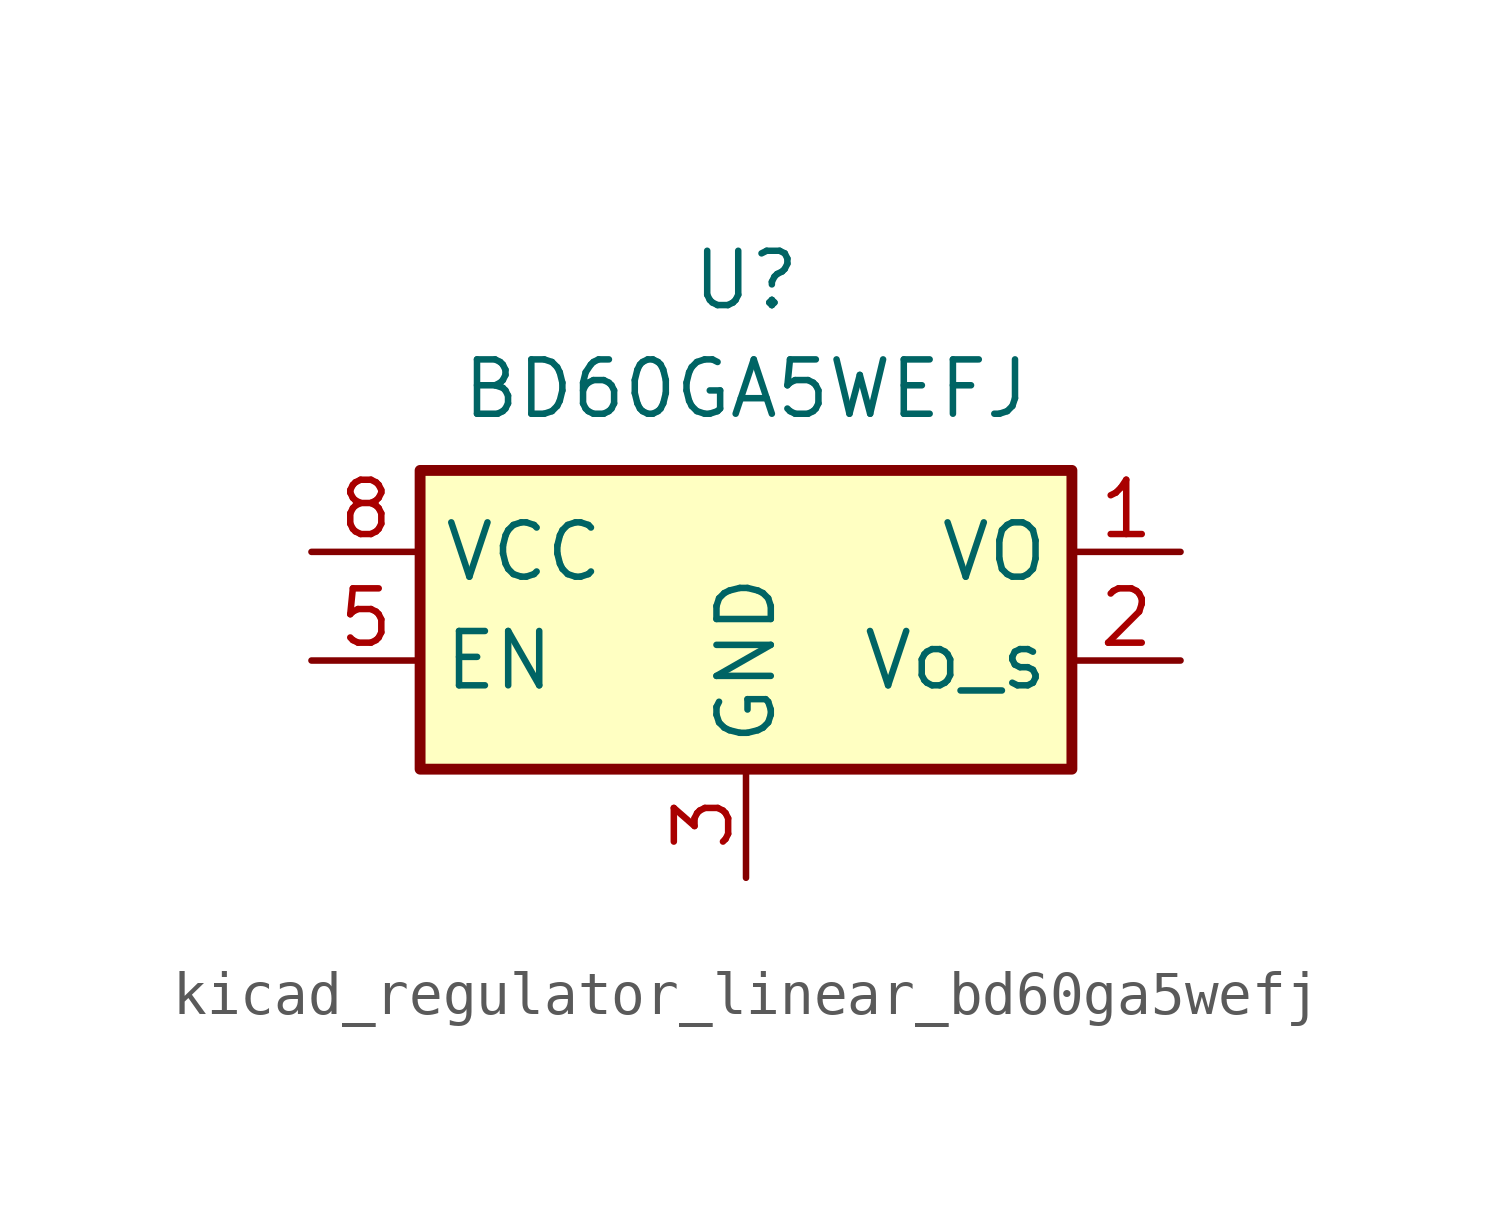
<source format=kicad_sym>
(kicad_symbol_lib
  (version 20220914)
  (generator kicad_symbol_editor)
  (symbol "kicad_regulator_linear_bd60ga5wefj"
    (property "Reference" "U"
      (at 0 6.35 0)
      (effects (font (size 1.27 1.27))))
    (property "Value" "BD60GA5WEFJ"
      (at 0 3.81 0)
      (effects (font (size 1.27 1.27))))
    (symbol "kicad_regulator_linear_bd60ga5wefj_1_1"
      (rectangle (start -7.62 -5.08) (end 7.62 1.905) (stroke (width 0.254) (type default)) (fill (type background)))
      (pin power_out line (at 10.16 0 180) (length 2.54) (name "VO" (effects (font (size 1.27 1.27)))) (number "1" (effects (font (size 1.27 1.27)))))
      (pin input line (at 10.16 -2.54 180) (length 2.54) (name "Vo_s" (effects (font (size 1.27 1.27)))) (number "2" (effects (font (size 1.27 1.27)))))
      (pin power_in line (at 0 -7.62 90) (length 2.54) (name "GND" (effects (font (size 1.27 1.27)))) (number "3" (effects (font (size 1.27 1.27)))))
      (pin passive line (at 0 -7.62 90) (length 2.54) hide (name "GND" (effects (font (size 1.27 1.27)))) (number "4" (effects (font (size 1.27 1.27)))))
      (pin input line (at -10.16 -2.54 0) (length 2.54) (name "EN" (effects (font (size 1.27 1.27)))) (number "5" (effects (font (size 1.27 1.27)))))
      (pin passive line (at 0 -7.62 90) (length 2.54) hide (name "GND" (effects (font (size 1.27 1.27)))) (number "6" (effects (font (size 1.27 1.27)))))
      (pin passive line (at 0 -7.62 90) (length 2.54) hide (name "GND" (effects (font (size 1.27 1.27)))) (number "7" (effects (font (size 1.27 1.27)))))
      (pin power_in line (at -10.16 0 0) (length 2.54) (name "VCC" (effects (font (size 1.27 1.27)))) (number "8" (effects (font (size 1.27 1.27)))))
      (pin passive line (at 0 -7.62 90) (length 2.54) hide (name "GND" (effects (font (size 1.27 1.27)))) (number "9" (effects (font (size 1.27 1.27))))))))
</source>
